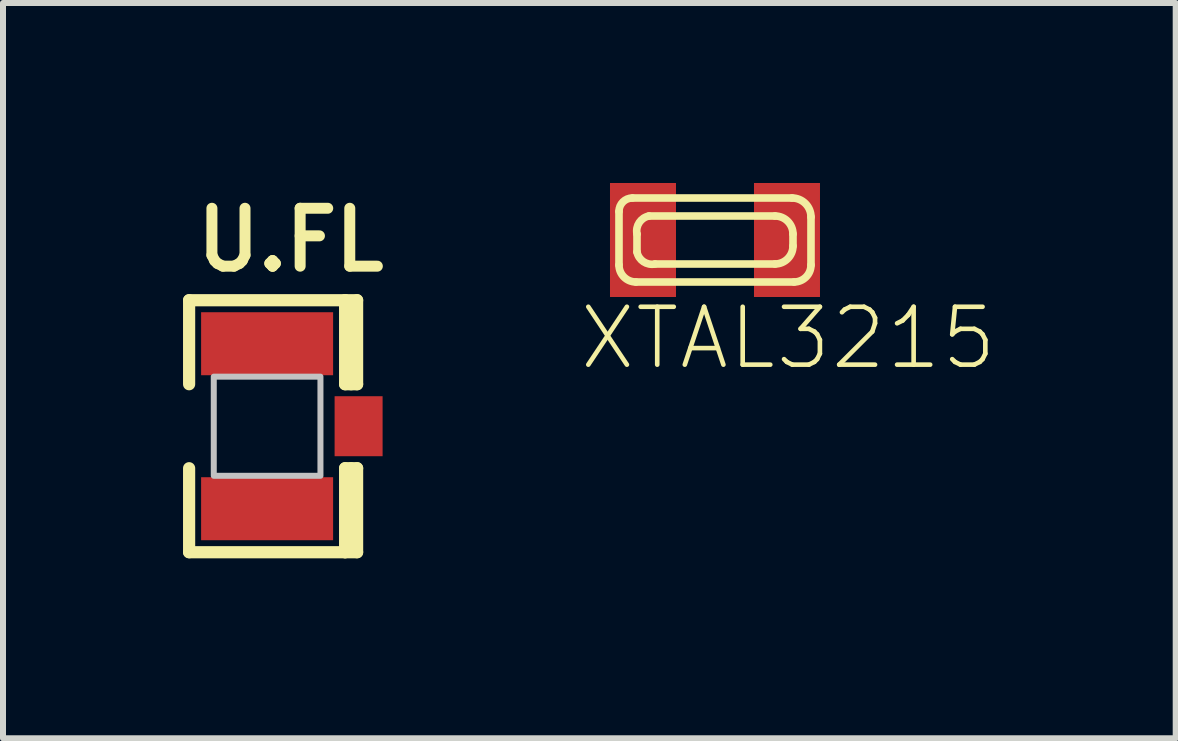
<source format=kicad_pcb>
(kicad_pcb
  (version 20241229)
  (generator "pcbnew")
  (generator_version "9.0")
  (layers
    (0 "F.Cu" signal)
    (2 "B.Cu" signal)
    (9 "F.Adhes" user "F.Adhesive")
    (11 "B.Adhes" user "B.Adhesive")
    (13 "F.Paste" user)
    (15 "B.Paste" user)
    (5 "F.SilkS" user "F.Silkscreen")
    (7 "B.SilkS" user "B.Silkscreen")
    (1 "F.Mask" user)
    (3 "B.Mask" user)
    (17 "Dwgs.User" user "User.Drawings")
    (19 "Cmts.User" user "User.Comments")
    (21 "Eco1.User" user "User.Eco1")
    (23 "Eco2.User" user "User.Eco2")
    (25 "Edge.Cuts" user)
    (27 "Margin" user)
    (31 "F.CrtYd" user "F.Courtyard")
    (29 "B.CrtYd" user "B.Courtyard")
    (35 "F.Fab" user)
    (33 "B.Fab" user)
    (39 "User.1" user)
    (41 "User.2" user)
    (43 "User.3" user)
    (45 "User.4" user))
  (footprint "U.FL"
    (layer "F.Cu")
    (at 1.402 4.054)
    (property "Reference" "U.FL" (at -1.27 -2.54 0) (layer "F.SilkS") (effects (font (size 0.965 0.965) (thickness 0.183)) (justify left bottom)))
    (attr through_hole)
    (fp_line (start -1.3 -0.7) (end -1.3 -2.1) (stroke (width 0.203) (type solid)) (layer "F.SilkS"))
    (fp_line (start -1.3 2.1) (end -1.3 0.7) (stroke (width 0.203) (type solid)) (layer "F.SilkS"))
    (fp_line (start -1.3 2.1) (end 1.3 2.1) (stroke (width 0.203) (type solid)) (layer "F.SilkS"))
    (fp_line (start 1.3 -2.1) (end -1.3 -2.1) (stroke (width 0.203) (type solid)) (layer "F.SilkS"))
    (fp_line (start 1.3 -0.7) (end 1.3 -2.1) (stroke (width 0.203) (type solid)) (layer "F.SilkS"))
    (fp_line (start 1.3 2.1) (end 1.3 0.7) (stroke (width 0.203) (type solid)) (layer "F.SilkS"))
    (fp_line (start 1.4 -0.7) (end 1.4 -2) (stroke (width 0.203) (type solid)) (layer "F.SilkS"))
    (fp_line (start 1.4 2) (end 1.4 0.7) (stroke (width 0.203) (type solid)) (layer "F.SilkS"))
    (fp_line (start 1.5 -2.1) (end 1.3 -2.1) (stroke (width 0.203) (type solid)) (layer "F.SilkS"))
    (fp_line (start 1.5 -0.7) (end 1.3 -0.7) (stroke (width 0.203) (type solid)) (layer "F.SilkS"))
    (fp_line (start 1.5 -0.7) (end 1.5 -2.1) (stroke (width 0.203) (type solid)) (layer "F.SilkS"))
    (fp_line (start 1.5 0.7) (end 1.3 0.7) (stroke (width 0.203) (type solid)) (layer "F.SilkS"))
    (fp_line (start 1.5 2.1) (end 1.3 2.1) (stroke (width 0.203) (type solid)) (layer "F.SilkS"))
    (fp_line (start 1.5 2.1) (end 1.5 0.7) (stroke (width 0.203) (type solid)) (layer "F.SilkS"))
    (fp_poly (pts (xy -0.889 0.826) (xy 0.889 0.826) (xy 0.889 -0.826) (xy -0.889 -0.826)) (stroke (width 0.1) (type solid)) (fill no) (layer "Dwgs.User"))
    (pad "1" smd rect (at 0 -1.375) (size 2.2 1.05) (layers "F.Cu" "F.Mask" "F.Paste"))
    (pad "2" smd rect (at 0 1.375) (size 2.2 1.05) (layers "F.Cu" "F.Mask" "F.Paste"))
    (pad "3" smd rect (at 1.525 0) (size 0.8 1) (layers "F.Cu" "F.Mask" "F.Paste")))
  (footprint "XTAL3215"
    (layer "F.Cu")
    (at 8.867 0.95)
    (property "Reference" "XTAL3215" (at -2.3 2.2 0) (layer "F.SilkS") (effects (font (size 0.965 0.965) (thickness 0.077)) (justify left bottom)))
    (attr through_hole)
    (fp_line (start -1.6 0.417) (end -1.6 -0.476) (stroke (width 0.127) (type solid)) (layer "F.SilkS"))
    (fp_line (start -1.376 -0.7) (end 1.284 -0.7) (stroke (width 0.127) (type solid)) (layer "F.SilkS"))
    (fp_line (start -1.3 0.2) (end -1.3 -0.1) (stroke (width 0.127) (type solid)) (layer "F.SilkS"))
    (fp_line (start -1.1 -0.4) (end 1 -0.4) (stroke (width 0.127) (type solid)) (layer "F.SilkS"))
    (fp_line (start 1 0.4) (end -1 0.4) (stroke (width 0.127) (type solid)) (layer "F.SilkS"))
    (fp_line (start 1.3 -0.1) (end 1.3 0.1) (stroke (width 0.127) (type solid)) (layer "F.SilkS"))
    (fp_line (start 1.317 0.7) (end -1.317 0.7) (stroke (width 0.127) (type solid)) (layer "F.SilkS"))
    (fp_line (start 1.6 -0.384) (end 1.6 0.417) (stroke (width 0.127) (type solid)) (layer "F.SilkS"))
    (fp_arc (start -1.6 -0.4764) (mid -1.534509 -0.634509) (end -1.3764 -0.7) (stroke (width 0.127) (type solid)) (layer "F.SilkS"))
    (fp_arc (start -1.3172 0.7) (mid -1.51717 0.61717) (end -1.6 0.4172) (stroke (width 0.127) (type solid)) (layer "F.SilkS"))
    (fp_arc (start -1.3 -0.1) (mid -1.262161 -0.291441) (end -1.099999 -0.399999) (stroke (width 0.127) (type solid)) (layer "F.SilkS"))
    (fp_arc (start -1 0.4) (mid -1.191422 0.362132) (end -1.300001 0.199999) (stroke (width 0.127) (type solid)) (layer "F.SilkS"))
    (fp_arc (start 1 -0.4) (mid 1.212103 -0.312103) (end 1.3 -0.1) (stroke (width 0.127) (type solid)) (layer "F.SilkS"))
    (fp_arc (start 1.2838 -0.7) (mid 1.507387 -0.607387) (end 1.6 -0.3838) (stroke (width 0.127) (type solid)) (layer "F.SilkS"))
    (fp_arc (start 1.3 0.1) (mid 1.212131 0.312132) (end 0.999999 0.399999) (stroke (width 0.127) (type solid)) (layer "F.SilkS"))
    (fp_arc (start 1.6 0.4172) (mid 1.51717 0.61717) (end 1.3172 0.7) (stroke (width 0.127) (type solid)) (layer "F.SilkS"))
    (pad "P$1" smd rect (at 1.2 0) (size 1.1 1.9) (layers "F.Cu" "F.Mask" "F.Paste"))
    (pad "P$2" smd rect (at -1.2 0 180) (size 1.1 1.9) (layers "F.Cu" "F.Mask" "F.Paste")))
  (gr_rect
    (start -3 -3)
    (end 16.546 9.255)
    (stroke (width 0.1) (type default))
    (fill no)
    (layer "Edge.Cuts")))
</source>
